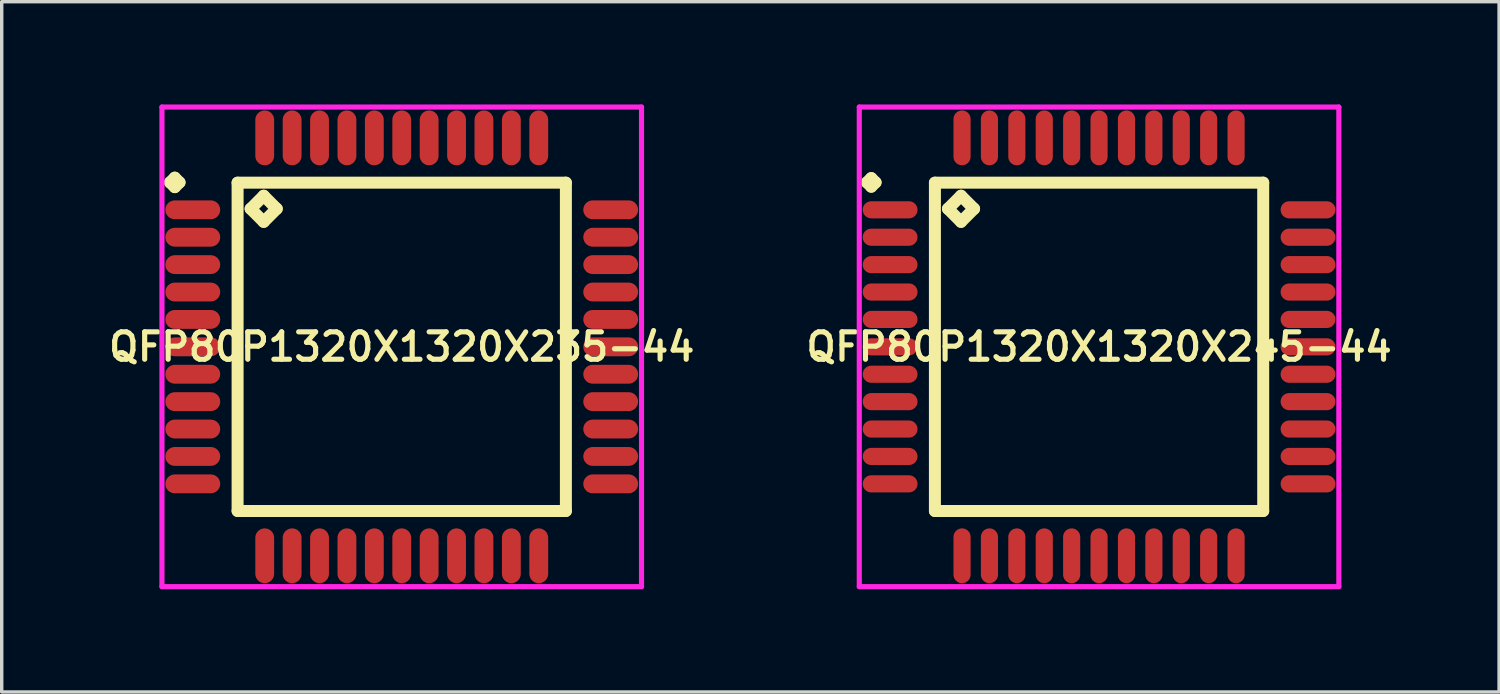
<source format=kicad_pcb>
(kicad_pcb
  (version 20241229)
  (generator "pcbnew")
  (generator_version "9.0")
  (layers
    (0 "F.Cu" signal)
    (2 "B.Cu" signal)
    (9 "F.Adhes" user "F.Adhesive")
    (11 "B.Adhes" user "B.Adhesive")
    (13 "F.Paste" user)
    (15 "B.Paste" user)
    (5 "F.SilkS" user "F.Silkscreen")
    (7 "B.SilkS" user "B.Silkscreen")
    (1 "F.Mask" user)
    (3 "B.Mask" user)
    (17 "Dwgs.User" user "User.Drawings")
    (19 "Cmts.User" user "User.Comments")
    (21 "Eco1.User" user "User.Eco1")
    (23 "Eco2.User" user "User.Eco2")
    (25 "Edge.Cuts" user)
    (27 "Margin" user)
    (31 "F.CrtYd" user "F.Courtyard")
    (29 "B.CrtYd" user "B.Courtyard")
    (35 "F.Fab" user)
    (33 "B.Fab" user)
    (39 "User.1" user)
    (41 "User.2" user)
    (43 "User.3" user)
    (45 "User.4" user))
  (footprint "QFP80P1320X1320X245-44"
    (layer "F.Cu")
    (at 29.035 7.075)
    (property "Reference" "QFP80P1320X1320X245-44" (at 0 0 0) (layer "F.SilkS") (effects (font (size 0.8 0.8) (thickness 0.15))))
    (attr smd)
    (fp_line (start -6.775 -4.8) (end -6.65 -4.925) (stroke (width 0.35) (type solid)) (layer "F.SilkS"))
    (fp_line (start -6.65 -4.925) (end -6.525 -4.8) (stroke (width 0.35) (type solid)) (layer "F.SilkS"))
    (fp_line (start -6.65 -4.675) (end -6.775 -4.8) (stroke (width 0.35) (type solid)) (layer "F.SilkS"))
    (fp_line (start -6.525 -4.8) (end -6.65 -4.675) (stroke (width 0.35) (type solid)) (layer "F.SilkS"))
    (fp_line (start -4.792 -4.792) (end -4.792 4.792) (stroke (width 0.35) (type solid)) (layer "F.SilkS"))
    (fp_line (start -4.792 4.792) (end 4.792 4.792) (stroke (width 0.35) (type solid)) (layer "F.SilkS"))
    (fp_line (start -4.411 -4.03) (end -4.03 -4.411) (stroke (width 0.35) (type solid)) (layer "F.SilkS"))
    (fp_line (start -4.03 -4.411) (end -3.649 -4.03) (stroke (width 0.35) (type solid)) (layer "F.SilkS"))
    (fp_line (start -4.03 -3.649) (end -4.411 -4.03) (stroke (width 0.35) (type solid)) (layer "F.SilkS"))
    (fp_line (start -3.649 -4.03) (end -4.03 -3.649) (stroke (width 0.35) (type solid)) (layer "F.SilkS"))
    (fp_line (start 4.792 -4.792) (end -4.792 -4.792) (stroke (width 0.35) (type solid)) (layer "F.SilkS"))
    (fp_line (start 4.792 4.792) (end 4.792 -4.792) (stroke (width 0.35) (type solid)) (layer "F.SilkS"))
    (fp_line (start -7 -7) (end 7 -7) (stroke (width 0.15) (type solid)) (layer "F.CrtYd"))
    (fp_line (start -7 7) (end -7 -7) (stroke (width 0.15) (type solid)) (layer "F.CrtYd"))
    (fp_line (start 7 -7) (end 7 7) (stroke (width 0.15) (type solid)) (layer "F.CrtYd"))
    (fp_line (start 7 7) (end -7 7) (stroke (width 0.15) (type solid)) (layer "F.CrtYd"))
    (pad "1" smd oval (at -6.1 -4) (size 1.6 0.5) (layers "F.Cu" "F.Mask" "F.Paste"))
    (pad "2" smd oval (at -6.1 -3.2) (size 1.6 0.5) (layers "F.Cu" "F.Mask" "F.Paste"))
    (pad "3" smd oval (at -6.1 -2.4) (size 1.6 0.5) (layers "F.Cu" "F.Mask" "F.Paste"))
    (pad "4" smd oval (at -6.1 -1.6) (size 1.6 0.5) (layers "F.Cu" "F.Mask" "F.Paste"))
    (pad "5" smd oval (at -6.1 -0.8) (size 1.6 0.5) (layers "F.Cu" "F.Mask" "F.Paste"))
    (pad "6" smd oval (at -6.1 0) (size 1.6 0.5) (layers "F.Cu" "F.Mask" "F.Paste"))
    (pad "7" smd oval (at -6.1 0.8) (size 1.6 0.5) (layers "F.Cu" "F.Mask" "F.Paste"))
    (pad "8" smd oval (at -6.1 1.6) (size 1.6 0.5) (layers "F.Cu" "F.Mask" "F.Paste"))
    (pad "9" smd oval (at -6.1 2.4) (size 1.6 0.5) (layers "F.Cu" "F.Mask" "F.Paste"))
    (pad "10" smd oval (at -6.1 3.2) (size 1.6 0.5) (layers "F.Cu" "F.Mask" "F.Paste"))
    (pad "11" smd oval (at -6.1 4) (size 1.6 0.5) (layers "F.Cu" "F.Mask" "F.Paste"))
    (pad "12" smd oval (at -4 6.1) (size 0.5 1.6) (layers "F.Cu" "F.Mask" "F.Paste"))
    (pad "13" smd oval (at -3.2 6.1) (size 0.5 1.6) (layers "F.Cu" "F.Mask" "F.Paste"))
    (pad "14" smd oval (at -2.4 6.1) (size 0.5 1.6) (layers "F.Cu" "F.Mask" "F.Paste"))
    (pad "15" smd oval (at -1.6 6.1) (size 0.5 1.6) (layers "F.Cu" "F.Mask" "F.Paste"))
    (pad "16" smd oval (at -0.8 6.1) (size 0.5 1.6) (layers "F.Cu" "F.Mask" "F.Paste"))
    (pad "17" smd oval (at 0 6.1) (size 0.5 1.6) (layers "F.Cu" "F.Mask" "F.Paste"))
    (pad "18" smd oval (at 0.8 6.1) (size 0.5 1.6) (layers "F.Cu" "F.Mask" "F.Paste"))
    (pad "19" smd oval (at 1.6 6.1) (size 0.5 1.6) (layers "F.Cu" "F.Mask" "F.Paste"))
    (pad "20" smd oval (at 2.4 6.1) (size 0.5 1.6) (layers "F.Cu" "F.Mask" "F.Paste"))
    (pad "21" smd oval (at 3.2 6.1) (size 0.5 1.6) (layers "F.Cu" "F.Mask" "F.Paste"))
    (pad "22" smd oval (at 4 6.1) (size 0.5 1.6) (layers "F.Cu" "F.Mask" "F.Paste"))
    (pad "23" smd oval (at 6.1 4) (size 1.6 0.5) (layers "F.Cu" "F.Mask" "F.Paste"))
    (pad "24" smd oval (at 6.1 3.2) (size 1.6 0.5) (layers "F.Cu" "F.Mask" "F.Paste"))
    (pad "25" smd oval (at 6.1 2.4) (size 1.6 0.5) (layers "F.Cu" "F.Mask" "F.Paste"))
    (pad "26" smd oval (at 6.1 1.6) (size 1.6 0.5) (layers "F.Cu" "F.Mask" "F.Paste"))
    (pad "27" smd oval (at 6.1 0.8) (size 1.6 0.5) (layers "F.Cu" "F.Mask" "F.Paste"))
    (pad "28" smd oval (at 6.1 0) (size 1.6 0.5) (layers "F.Cu" "F.Mask" "F.Paste"))
    (pad "29" smd oval (at 6.1 -0.8) (size 1.6 0.5) (layers "F.Cu" "F.Mask" "F.Paste"))
    (pad "30" smd oval (at 6.1 -1.6) (size 1.6 0.5) (layers "F.Cu" "F.Mask" "F.Paste"))
    (pad "31" smd oval (at 6.1 -2.4) (size 1.6 0.5) (layers "F.Cu" "F.Mask" "F.Paste"))
    (pad "32" smd oval (at 6.1 -3.2) (size 1.6 0.5) (layers "F.Cu" "F.Mask" "F.Paste"))
    (pad "33" smd oval (at 6.1 -4) (size 1.6 0.5) (layers "F.Cu" "F.Mask" "F.Paste"))
    (pad "34" smd oval (at 4 -6.1) (size 0.5 1.6) (layers "F.Cu" "F.Mask" "F.Paste"))
    (pad "35" smd oval (at 3.2 -6.1) (size 0.5 1.6) (layers "F.Cu" "F.Mask" "F.Paste"))
    (pad "36" smd oval (at 2.4 -6.1) (size 0.5 1.6) (layers "F.Cu" "F.Mask" "F.Paste"))
    (pad "37" smd oval (at 1.6 -6.1) (size 0.5 1.6) (layers "F.Cu" "F.Mask" "F.Paste"))
    (pad "38" smd oval (at 0.8 -6.1) (size 0.5 1.6) (layers "F.Cu" "F.Mask" "F.Paste"))
    (pad "39" smd oval (at 0 -6.1) (size 0.5 1.6) (layers "F.Cu" "F.Mask" "F.Paste"))
    (pad "40" smd oval (at -0.8 -6.1) (size 0.5 1.6) (layers "F.Cu" "F.Mask" "F.Paste"))
    (pad "41" smd oval (at -1.6 -6.1) (size 0.5 1.6) (layers "F.Cu" "F.Mask" "F.Paste"))
    (pad "42" smd oval (at -2.4 -6.1) (size 0.5 1.6) (layers "F.Cu" "F.Mask" "F.Paste"))
    (pad "43" smd oval (at -3.2 -6.1) (size 0.5 1.6) (layers "F.Cu" "F.Mask" "F.Paste"))
    (pad "44" smd oval (at -4 -6.1) (size 0.5 1.6) (layers "F.Cu" "F.Mask" "F.Paste")))
  (footprint "QFP80P1320X1320X235-44"
    (layer "F.Cu")
    (at 8.678 7.075)
    (property "Reference" "QFP80P1320X1320X235-44" (at 0 0 0) (layer "F.SilkS") (effects (font (size 0.8 0.8) (thickness 0.15))))
    (attr smd)
    (fp_line (start -6.763 -4.8) (end -6.625 -4.938) (stroke (width 0.35) (type solid)) (layer "F.SilkS"))
    (fp_line (start -6.625 -4.938) (end -6.487 -4.8) (stroke (width 0.35) (type solid)) (layer "F.SilkS"))
    (fp_line (start -6.625 -4.662) (end -6.763 -4.8) (stroke (width 0.35) (type solid)) (layer "F.SilkS"))
    (fp_line (start -6.487 -4.8) (end -6.625 -4.662) (stroke (width 0.35) (type solid)) (layer "F.SilkS"))
    (fp_line (start -4.792 -4.792) (end -4.792 4.792) (stroke (width 0.35) (type solid)) (layer "F.SilkS"))
    (fp_line (start -4.792 4.792) (end 4.792 4.792) (stroke (width 0.35) (type solid)) (layer "F.SilkS"))
    (fp_line (start -4.411 -4.03) (end -4.03 -4.411) (stroke (width 0.35) (type solid)) (layer "F.SilkS"))
    (fp_line (start -4.03 -4.411) (end -3.649 -4.03) (stroke (width 0.35) (type solid)) (layer "F.SilkS"))
    (fp_line (start -4.03 -3.649) (end -4.411 -4.03) (stroke (width 0.35) (type solid)) (layer "F.SilkS"))
    (fp_line (start -3.649 -4.03) (end -4.03 -3.649) (stroke (width 0.35) (type solid)) (layer "F.SilkS"))
    (fp_line (start 4.792 -4.792) (end -4.792 -4.792) (stroke (width 0.35) (type solid)) (layer "F.SilkS"))
    (fp_line (start 4.792 4.792) (end 4.792 -4.792) (stroke (width 0.35) (type solid)) (layer "F.SilkS"))
    (fp_line (start -7 -7) (end 7 -7) (stroke (width 0.15) (type solid)) (layer "F.CrtYd"))
    (fp_line (start -7 7) (end -7 -7) (stroke (width 0.15) (type solid)) (layer "F.CrtYd"))
    (fp_line (start 7 -7) (end 7 7) (stroke (width 0.15) (type solid)) (layer "F.CrtYd"))
    (fp_line (start 7 7) (end -7 7) (stroke (width 0.15) (type solid)) (layer "F.CrtYd"))
    (pad "1" smd oval (at -6.1 -4) (size 1.6 0.55) (layers "F.Cu" "F.Mask" "F.Paste"))
    (pad "2" smd oval (at -6.1 -3.2) (size 1.6 0.55) (layers "F.Cu" "F.Mask" "F.Paste"))
    (pad "3" smd oval (at -6.1 -2.4) (size 1.6 0.55) (layers "F.Cu" "F.Mask" "F.Paste"))
    (pad "4" smd oval (at -6.1 -1.6) (size 1.6 0.55) (layers "F.Cu" "F.Mask" "F.Paste"))
    (pad "5" smd oval (at -6.1 -0.8) (size 1.6 0.55) (layers "F.Cu" "F.Mask" "F.Paste"))
    (pad "6" smd oval (at -6.1 0) (size 1.6 0.55) (layers "F.Cu" "F.Mask" "F.Paste"))
    (pad "7" smd oval (at -6.1 0.8) (size 1.6 0.55) (layers "F.Cu" "F.Mask" "F.Paste"))
    (pad "8" smd oval (at -6.1 1.6) (size 1.6 0.55) (layers "F.Cu" "F.Mask" "F.Paste"))
    (pad "9" smd oval (at -6.1 2.4) (size 1.6 0.55) (layers "F.Cu" "F.Mask" "F.Paste"))
    (pad "10" smd oval (at -6.1 3.2) (size 1.6 0.55) (layers "F.Cu" "F.Mask" "F.Paste"))
    (pad "11" smd oval (at -6.1 4) (size 1.6 0.55) (layers "F.Cu" "F.Mask" "F.Paste"))
    (pad "12" smd oval (at -4 6.1) (size 0.55 1.6) (layers "F.Cu" "F.Mask" "F.Paste"))
    (pad "13" smd oval (at -3.2 6.1) (size 0.55 1.6) (layers "F.Cu" "F.Mask" "F.Paste"))
    (pad "14" smd oval (at -2.4 6.1) (size 0.55 1.6) (layers "F.Cu" "F.Mask" "F.Paste"))
    (pad "15" smd oval (at -1.6 6.1) (size 0.55 1.6) (layers "F.Cu" "F.Mask" "F.Paste"))
    (pad "16" smd oval (at -0.8 6.1) (size 0.55 1.6) (layers "F.Cu" "F.Mask" "F.Paste"))
    (pad "17" smd oval (at 0 6.1) (size 0.55 1.6) (layers "F.Cu" "F.Mask" "F.Paste"))
    (pad "18" smd oval (at 0.8 6.1) (size 0.55 1.6) (layers "F.Cu" "F.Mask" "F.Paste"))
    (pad "19" smd oval (at 1.6 6.1) (size 0.55 1.6) (layers "F.Cu" "F.Mask" "F.Paste"))
    (pad "20" smd oval (at 2.4 6.1) (size 0.55 1.6) (layers "F.Cu" "F.Mask" "F.Paste"))
    (pad "21" smd oval (at 3.2 6.1) (size 0.55 1.6) (layers "F.Cu" "F.Mask" "F.Paste"))
    (pad "22" smd oval (at 4 6.1) (size 0.55 1.6) (layers "F.Cu" "F.Mask" "F.Paste"))
    (pad "23" smd oval (at 6.1 4) (size 1.6 0.55) (layers "F.Cu" "F.Mask" "F.Paste"))
    (pad "24" smd oval (at 6.1 3.2) (size 1.6 0.55) (layers "F.Cu" "F.Mask" "F.Paste"))
    (pad "25" smd oval (at 6.1 2.4) (size 1.6 0.55) (layers "F.Cu" "F.Mask" "F.Paste"))
    (pad "26" smd oval (at 6.1 1.6) (size 1.6 0.55) (layers "F.Cu" "F.Mask" "F.Paste"))
    (pad "27" smd oval (at 6.1 0.8) (size 1.6 0.55) (layers "F.Cu" "F.Mask" "F.Paste"))
    (pad "28" smd oval (at 6.1 0) (size 1.6 0.55) (layers "F.Cu" "F.Mask" "F.Paste"))
    (pad "29" smd oval (at 6.1 -0.8) (size 1.6 0.55) (layers "F.Cu" "F.Mask" "F.Paste"))
    (pad "30" smd oval (at 6.1 -1.6) (size 1.6 0.55) (layers "F.Cu" "F.Mask" "F.Paste"))
    (pad "31" smd oval (at 6.1 -2.4) (size 1.6 0.55) (layers "F.Cu" "F.Mask" "F.Paste"))
    (pad "32" smd oval (at 6.1 -3.2) (size 1.6 0.55) (layers "F.Cu" "F.Mask" "F.Paste"))
    (pad "33" smd oval (at 6.1 -4) (size 1.6 0.55) (layers "F.Cu" "F.Mask" "F.Paste"))
    (pad "34" smd oval (at 4 -6.1) (size 0.55 1.6) (layers "F.Cu" "F.Mask" "F.Paste"))
    (pad "35" smd oval (at 3.2 -6.1) (size 0.55 1.6) (layers "F.Cu" "F.Mask" "F.Paste"))
    (pad "36" smd oval (at 2.4 -6.1) (size 0.55 1.6) (layers "F.Cu" "F.Mask" "F.Paste"))
    (pad "37" smd oval (at 1.6 -6.1) (size 0.55 1.6) (layers "F.Cu" "F.Mask" "F.Paste"))
    (pad "38" smd oval (at 0.8 -6.1) (size 0.55 1.6) (layers "F.Cu" "F.Mask" "F.Paste"))
    (pad "39" smd oval (at 0 -6.1) (size 0.55 1.6) (layers "F.Cu" "F.Mask" "F.Paste"))
    (pad "40" smd oval (at -0.8 -6.1) (size 0.55 1.6) (layers "F.Cu" "F.Mask" "F.Paste"))
    (pad "41" smd oval (at -1.6 -6.1) (size 0.55 1.6) (layers "F.Cu" "F.Mask" "F.Paste"))
    (pad "42" smd oval (at -2.4 -6.1) (size 0.55 1.6) (layers "F.Cu" "F.Mask" "F.Paste"))
    (pad "43" smd oval (at -3.2 -6.1) (size 0.55 1.6) (layers "F.Cu" "F.Mask" "F.Paste"))
    (pad "44" smd oval (at -4 -6.1) (size 0.55 1.6) (layers "F.Cu" "F.Mask" "F.Paste")))
  (gr_rect
    (start -3 -3)
    (end 40.713 17.15)
    (stroke (width 0.1) (type default))
    (fill no)
    (layer "Edge.Cuts")))
</source>
